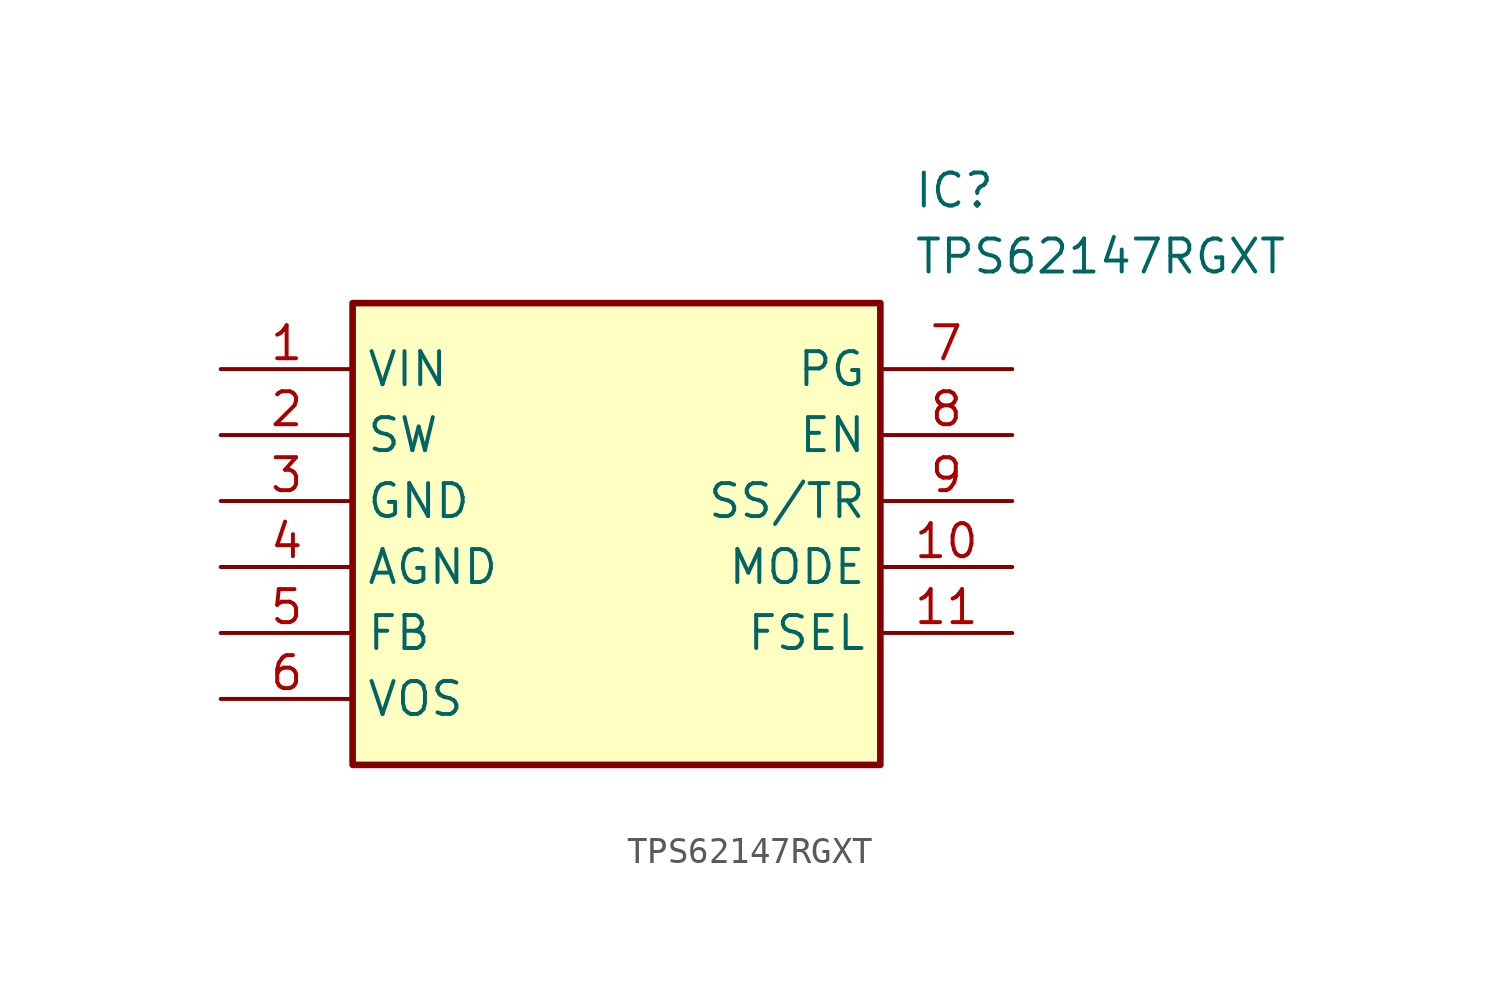
<source format=kicad_sym>
(kicad_symbol_lib
  (version 20211014)
  (generator SamacSys_ECAD_Model)
  (symbol "TPS62147RGXT"
    (property "Reference" "IC"
      (at 26.67 7.62 0)
      (effects (font (size 1.27 1.27)) (justify left top)))
    (property "Value" "TPS62147RGXT"
      (at 26.67 5.08 0)
      (effects (font (size 1.27 1.27)) (justify left top)))
    (rectangle
      (start 5.08 2.54)
      (end 25.4 -15.24)
      (stroke (width 0.254) (type default))
      (fill (type background)))
    (pin passive line
      (at 0 0 0)
      (length 5.08)
      (name "VIN" (effects (font (size 1.27 1.27))))
      (number "1" (effects (font (size 1.27 1.27)))))
    (pin passive line
      (at 0 -2.54 0)
      (length 5.08)
      (name "SW" (effects (font (size 1.27 1.27))))
      (number "2" (effects (font (size 1.27 1.27)))))
    (pin passive line
      (at 0 -5.08 0)
      (length 5.08)
      (name "GND" (effects (font (size 1.27 1.27))))
      (number "3" (effects (font (size 1.27 1.27)))))
    (pin passive line
      (at 0 -7.62 0)
      (length 5.08)
      (name "AGND" (effects (font (size 1.27 1.27))))
      (number "4" (effects (font (size 1.27 1.27)))))
    (pin passive line
      (at 0 -10.16 0)
      (length 5.08)
      (name "FB" (effects (font (size 1.27 1.27))))
      (number "5" (effects (font (size 1.27 1.27)))))
    (pin passive line
      (at 0 -12.7 0)
      (length 5.08)
      (name "VOS" (effects (font (size 1.27 1.27))))
      (number "6" (effects (font (size 1.27 1.27)))))
    (pin passive line
      (at 30.48 0 180)
      (length 5.08)
      (name "PG" (effects (font (size 1.27 1.27))))
      (number "7" (effects (font (size 1.27 1.27)))))
    (pin passive line
      (at 30.48 -2.54 180)
      (length 5.08)
      (name "EN" (effects (font (size 1.27 1.27))))
      (number "8" (effects (font (size 1.27 1.27)))))
    (pin passive line
      (at 30.48 -5.08 180)
      (length 5.08)
      (name "SS/TR" (effects (font (size 1.27 1.27))))
      (number "9" (effects (font (size 1.27 1.27)))))
    (pin passive line
      (at 30.48 -7.62 180)
      (length 5.08)
      (name "MODE" (effects (font (size 1.27 1.27))))
      (number "10" (effects (font (size 1.27 1.27)))))
    (pin passive line
      (at 30.48 -10.16 180)
      (length 5.08)
      (name "FSEL" (effects (font (size 1.27 1.27))))
      (number "11" (effects (font (size 1.27 1.27)))))))
</source>
